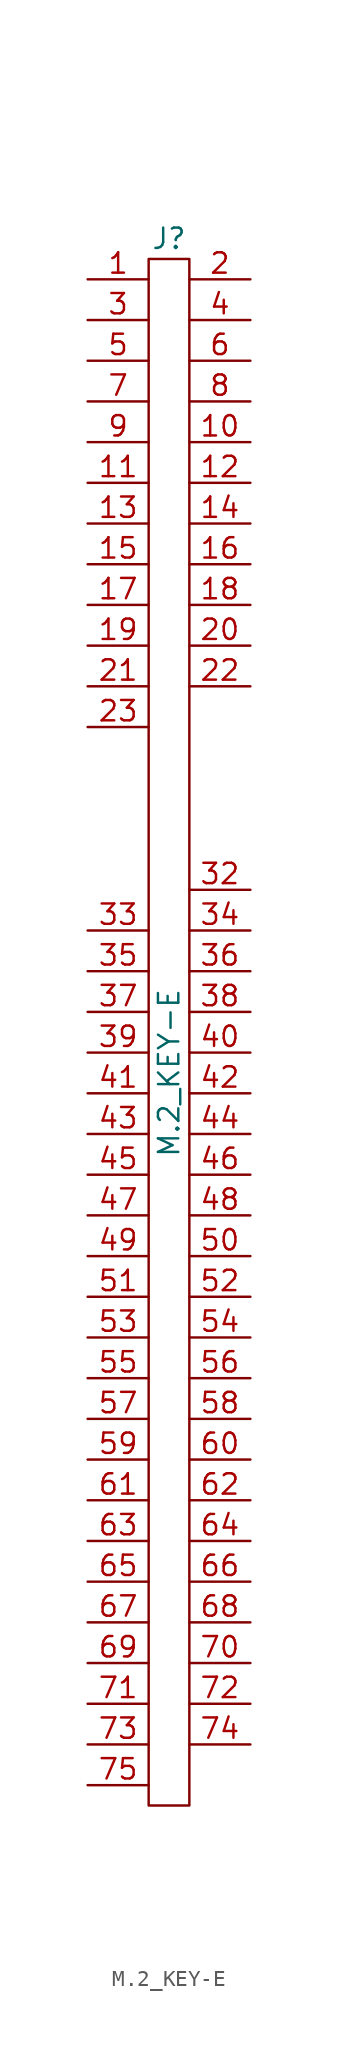
<source format=kicad_sym>
(kicad_symbol_lib
  (version 20201005)
  (generator kicad_symbol_editor)
  (symbol "M.2_KEY-E"
    (pin_names
      (offset 0.025) hide)
    (property "Reference" "J"
      (at 0 49.53 0)
      (effects (font (size 1.27 1.27))))
    (property "Value" "M.2_KEY-E"
      (at 0 -2.54 90)
      (effects (font (size 1.27 1.27))))
    (symbol "M.2_KEY-E_0_1"
      (rectangle (start -1.27 48.26) (end 1.27 -48.26) (stroke (width 0)) (fill (type none))))
    (symbol "M.2_KEY-E_1_1"
      (pin passive line (at -5.08 46.99 0) (length 3.81) (name "P1" (effects (font (size 1.27 1.27)))) (number "1" (effects (font (size 1.27 1.27)))))
      (pin passive line (at 5.08 36.83 180) (length 3.81) (name "P10" (effects (font (size 1.27 1.27)))) (number "10" (effects (font (size 1.27 1.27)))))
      (pin passive line (at -5.08 34.29 0) (length 3.81) (name "P11" (effects (font (size 1.27 1.27)))) (number "11" (effects (font (size 1.27 1.27)))))
      (pin passive line (at 5.08 34.29 180) (length 3.81) (name "P12" (effects (font (size 1.27 1.27)))) (number "12" (effects (font (size 1.27 1.27)))))
      (pin passive line (at -5.08 31.75 0) (length 3.81) (name "P13" (effects (font (size 1.27 1.27)))) (number "13" (effects (font (size 1.27 1.27)))))
      (pin passive line (at 5.08 31.75 180) (length 3.81) (name "P14" (effects (font (size 1.27 1.27)))) (number "14" (effects (font (size 1.27 1.27)))))
      (pin passive line (at -5.08 29.21 0) (length 3.81) (name "P15" (effects (font (size 1.27 1.27)))) (number "15" (effects (font (size 1.27 1.27)))))
      (pin passive line (at 5.08 29.21 180) (length 3.81) (name "P16" (effects (font (size 1.27 1.27)))) (number "16" (effects (font (size 1.27 1.27)))))
      (pin passive line (at -5.08 26.67 0) (length 3.81) (name "P17" (effects (font (size 1.27 1.27)))) (number "17" (effects (font (size 1.27 1.27)))))
      (pin passive line (at 5.08 26.67 180) (length 3.81) (name "P18" (effects (font (size 1.27 1.27)))) (number "18" (effects (font (size 1.27 1.27)))))
      (pin passive line (at -5.08 24.13 0) (length 3.81) (name "P19" (effects (font (size 1.27 1.27)))) (number "19" (effects (font (size 1.27 1.27)))))
      (pin passive line (at 5.08 46.99 180) (length 3.81) (name "P2" (effects (font (size 1.27 1.27)))) (number "2" (effects (font (size 1.27 1.27)))))
      (pin passive line (at 5.08 24.13 180) (length 3.81) (name "P20" (effects (font (size 1.27 1.27)))) (number "20" (effects (font (size 1.27 1.27)))))
      (pin passive line (at -5.08 21.59 0) (length 3.81) (name "P21" (effects (font (size 1.27 1.27)))) (number "21" (effects (font (size 1.27 1.27)))))
      (pin passive line (at 5.08 21.59 180) (length 3.81) (name "P22" (effects (font (size 1.27 1.27)))) (number "22" (effects (font (size 1.27 1.27)))))
      (pin passive line (at -5.08 19.05 0) (length 3.81) (name "P23" (effects (font (size 1.27 1.27)))) (number "23" (effects (font (size 1.27 1.27)))))
      (pin passive line (at -5.08 44.45 0) (length 3.81) (name "P3" (effects (font (size 1.27 1.27)))) (number "3" (effects (font (size 1.27 1.27)))))
      (pin passive line (at 5.08 8.89 180) (length 3.81) (name "P32" (effects (font (size 1.27 1.27)))) (number "32" (effects (font (size 1.27 1.27)))))
      (pin passive line (at -5.08 6.35 0) (length 3.81) (name "P33" (effects (font (size 1.27 1.27)))) (number "33" (effects (font (size 1.27 1.27)))))
      (pin passive line (at 5.08 6.35 180) (length 3.81) (name "P34" (effects (font (size 1.27 1.27)))) (number "34" (effects (font (size 1.27 1.27)))))
      (pin passive line (at -5.08 3.81 0) (length 3.81) (name "P35" (effects (font (size 1.27 1.27)))) (number "35" (effects (font (size 1.27 1.27)))))
      (pin passive line (at 5.08 3.81 180) (length 3.81) (name "P36" (effects (font (size 1.27 1.27)))) (number "36" (effects (font (size 1.27 1.27)))))
      (pin passive line (at -5.08 1.27 0) (length 3.81) (name "P37" (effects (font (size 1.27 1.27)))) (number "37" (effects (font (size 1.27 1.27)))))
      (pin passive line (at 5.08 1.27 180) (length 3.81) (name "P38" (effects (font (size 1.27 1.27)))) (number "38" (effects (font (size 1.27 1.27)))))
      (pin passive line (at -5.08 -1.27 0) (length 3.81) (name "P39" (effects (font (size 1.27 1.27)))) (number "39" (effects (font (size 1.27 1.27)))))
      (pin passive line (at 5.08 44.45 180) (length 3.81) (name "P4" (effects (font (size 1.27 1.27)))) (number "4" (effects (font (size 1.27 1.27)))))
      (pin passive line (at 5.08 -1.27 180) (length 3.81) (name "P40" (effects (font (size 1.27 1.27)))) (number "40" (effects (font (size 1.27 1.27)))))
      (pin passive line (at -5.08 -3.81 0) (length 3.81) (name "P41" (effects (font (size 1.27 1.27)))) (number "41" (effects (font (size 1.27 1.27)))))
      (pin passive line (at 5.08 -3.81 180) (length 3.81) (name "P42" (effects (font (size 1.27 1.27)))) (number "42" (effects (font (size 1.27 1.27)))))
      (pin passive line (at -5.08 -6.35 0) (length 3.81) (name "P43" (effects (font (size 1.27 1.27)))) (number "43" (effects (font (size 1.27 1.27)))))
      (pin passive line (at 5.08 -6.35 180) (length 3.81) (name "P44" (effects (font (size 1.27 1.27)))) (number "44" (effects (font (size 1.27 1.27)))))
      (pin passive line (at -5.08 -8.89 0) (length 3.81) (name "P45" (effects (font (size 1.27 1.27)))) (number "45" (effects (font (size 1.27 1.27)))))
      (pin passive line (at 5.08 -8.89 180) (length 3.81) (name "P46" (effects (font (size 1.27 1.27)))) (number "46" (effects (font (size 1.27 1.27)))))
      (pin passive line (at -5.08 -11.43 0) (length 3.81) (name "P47" (effects (font (size 1.27 1.27)))) (number "47" (effects (font (size 1.27 1.27)))))
      (pin passive line (at 5.08 -11.43 180) (length 3.81) (name "P48" (effects (font (size 1.27 1.27)))) (number "48" (effects (font (size 1.27 1.27)))))
      (pin passive line (at -5.08 -13.97 0) (length 3.81) (name "P49" (effects (font (size 1.27 1.27)))) (number "49" (effects (font (size 1.27 1.27)))))
      (pin passive line (at -5.08 41.91 0) (length 3.81) (name "P5" (effects (font (size 1.27 1.27)))) (number "5" (effects (font (size 1.27 1.27)))))
      (pin passive line (at 5.08 -13.97 180) (length 3.81) (name "P50" (effects (font (size 1.27 1.27)))) (number "50" (effects (font (size 1.27 1.27)))))
      (pin passive line (at -5.08 -16.51 0) (length 3.81) (name "P51" (effects (font (size 1.27 1.27)))) (number "51" (effects (font (size 1.27 1.27)))))
      (pin passive line (at 5.08 -16.51 180) (length 3.81) (name "P52" (effects (font (size 1.27 1.27)))) (number "52" (effects (font (size 1.27 1.27)))))
      (pin passive line (at -5.08 -19.05 0) (length 3.81) (name "P53" (effects (font (size 1.27 1.27)))) (number "53" (effects (font (size 1.27 1.27)))))
      (pin passive line (at 5.08 -19.05 180) (length 3.81) (name "P54" (effects (font (size 1.27 1.27)))) (number "54" (effects (font (size 1.27 1.27)))))
      (pin passive line (at -5.08 -21.59 0) (length 3.81) (name "P55" (effects (font (size 1.27 1.27)))) (number "55" (effects (font (size 1.27 1.27)))))
      (pin passive line (at 5.08 -21.59 180) (length 3.81) (name "P56" (effects (font (size 1.27 1.27)))) (number "56" (effects (font (size 1.27 1.27)))))
      (pin passive line (at -5.08 -24.13 0) (length 3.81) (name "P57" (effects (font (size 1.27 1.27)))) (number "57" (effects (font (size 1.27 1.27)))))
      (pin passive line (at 5.08 -24.13 180) (length 3.81) (name "P58" (effects (font (size 1.27 1.27)))) (number "58" (effects (font (size 1.27 1.27)))))
      (pin passive line (at -5.08 -26.67 0) (length 3.81) (name "P59" (effects (font (size 1.27 1.27)))) (number "59" (effects (font (size 1.27 1.27)))))
      (pin passive line (at 5.08 41.91 180) (length 3.81) (name "P6" (effects (font (size 1.27 1.27)))) (number "6" (effects (font (size 1.27 1.27)))))
      (pin passive line (at 5.08 -26.67 180) (length 3.81) (name "P60" (effects (font (size 1.27 1.27)))) (number "60" (effects (font (size 1.27 1.27)))))
      (pin passive line (at -5.08 -29.21 0) (length 3.81) (name "P61" (effects (font (size 1.27 1.27)))) (number "61" (effects (font (size 1.27 1.27)))))
      (pin passive line (at 5.08 -29.21 180) (length 3.81) (name "P62" (effects (font (size 1.27 1.27)))) (number "62" (effects (font (size 1.27 1.27)))))
      (pin passive line (at -5.08 -31.75 0) (length 3.81) (name "P63" (effects (font (size 1.27 1.27)))) (number "63" (effects (font (size 1.27 1.27)))))
      (pin passive line (at 5.08 -31.75 180) (length 3.81) (name "P64" (effects (font (size 1.27 1.27)))) (number "64" (effects (font (size 1.27 1.27)))))
      (pin passive line (at -5.08 -34.29 0) (length 3.81) (name "P65" (effects (font (size 1.27 1.27)))) (number "65" (effects (font (size 1.27 1.27)))))
      (pin passive line (at 5.08 -34.29 180) (length 3.81) (name "P66" (effects (font (size 1.27 1.27)))) (number "66" (effects (font (size 1.27 1.27)))))
      (pin passive line (at -5.08 -36.83 0) (length 3.81) (name "P67" (effects (font (size 1.27 1.27)))) (number "67" (effects (font (size 1.27 1.27)))))
      (pin passive line (at 5.08 -36.83 180) (length 3.81) (name "P68" (effects (font (size 1.27 1.27)))) (number "68" (effects (font (size 1.27 1.27)))))
      (pin passive line (at -5.08 -39.37 0) (length 3.81) (name "P69" (effects (font (size 1.27 1.27)))) (number "69" (effects (font (size 1.27 1.27)))))
      (pin passive line (at -5.08 39.37 0) (length 3.81) (name "P7" (effects (font (size 1.27 1.27)))) (number "7" (effects (font (size 1.27 1.27)))))
      (pin passive line (at 5.08 -39.37 180) (length 3.81) (name "P70" (effects (font (size 1.27 1.27)))) (number "70" (effects (font (size 1.27 1.27)))))
      (pin passive line (at -5.08 -41.91 0) (length 3.81) (name "P71" (effects (font (size 1.27 1.27)))) (number "71" (effects (font (size 1.27 1.27)))))
      (pin passive line (at 5.08 -41.91 180) (length 3.81) (name "P72" (effects (font (size 1.27 1.27)))) (number "72" (effects (font (size 1.27 1.27)))))
      (pin passive line (at -5.08 -44.45 0) (length 3.81) (name "P73" (effects (font (size 1.27 1.27)))) (number "73" (effects (font (size 1.27 1.27)))))
      (pin passive line (at 5.08 -44.45 180) (length 3.81) (name "P74" (effects (font (size 1.27 1.27)))) (number "74" (effects (font (size 1.27 1.27)))))
      (pin passive line (at -5.08 -46.99 0) (length 3.81) (name "P75" (effects (font (size 1.27 1.27)))) (number "75" (effects (font (size 1.27 1.27)))))
      (pin passive line (at 5.08 39.37 180) (length 3.81) (name "P8" (effects (font (size 1.27 1.27)))) (number "8" (effects (font (size 1.27 1.27)))))
      (pin passive line (at -5.08 36.83 0) (length 3.81) (name "P9" (effects (font (size 1.27 1.27)))) (number "9" (effects (font (size 1.27 1.27))))))))
</source>
